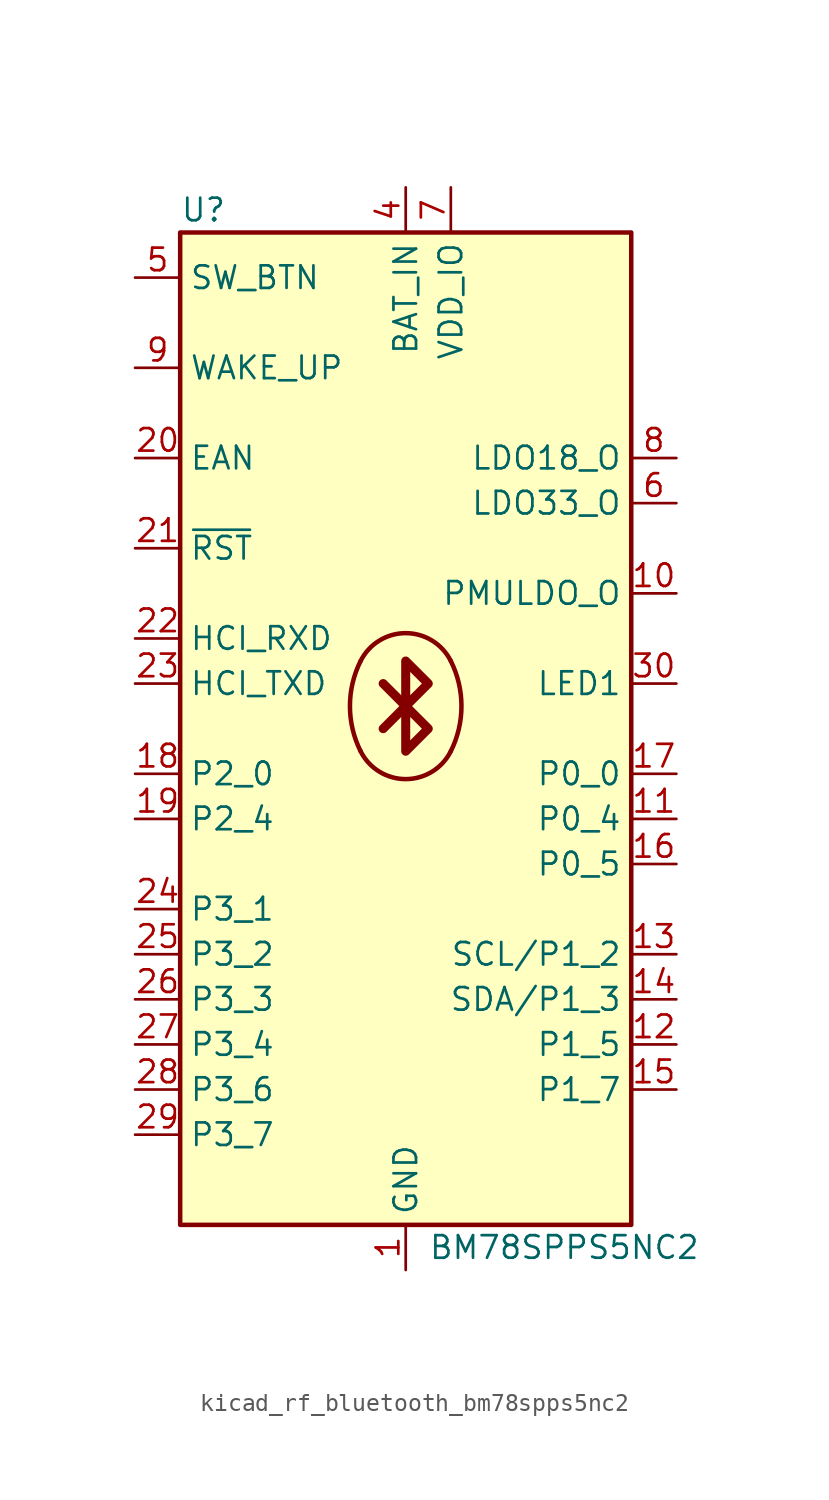
<source format=kicad_sym>
(kicad_symbol_lib
  (version 20220914)
  (generator kicad_symbol_editor)
  (symbol "kicad_rf_bluetooth_bm78spps5nc2"
    (property "Reference" "U"
      (at -12.7 29.21 0)
      (effects (font (size 1.27 1.27)) (justify left)))
    (property "Value" "BM78SPPS5NC2"
      (at 1.27 -29.21 0)
      (effects (font (size 1.27 1.27)) (justify left)))
    (symbol "kicad_rf_bluetooth_bm78spps5nc2_0_1"
      (rectangle (start -12.7 27.94) (end 12.7 -27.94) (stroke (width 0.254) (type default)) (fill (type background)))
      (arc (start -2.54 -1.27) (mid 0 -2.8398) (end 2.54 -1.27) (stroke (width 0.254) (type default)) (fill (type background)))
      (arc (start -2.54 3.81) (mid -3.1396 1.27) (end -2.54 -1.27) (stroke (width 0.254) (type default)) (fill (type background)))
      (polyline (pts (xy 0 1.27) (xy -1.27 0)) (stroke (width 0.508) (type default)) (fill (type none)))
      (polyline (pts (xy 0 1.27) (xy -1.27 2.54)) (stroke (width 0.508) (type default)) (fill (type none)))
      (polyline (pts (xy 0 3.81) (xy 1.27 2.54) (xy 0 1.27) (xy 1.27 0) (xy 0 -1.27) (xy 0 3.81)) (stroke (width 0.508) (type default)) (fill (type none)))
      (arc (start 2.54 -1.27) (mid 3.1396 1.27) (end 2.54 3.81) (stroke (width 0.254) (type default)) (fill (type background)))
      (arc (start 2.54 3.81) (mid 0 5.3798) (end -2.54 3.81) (stroke (width 0.254) (type default)) (fill (type background))))
    (symbol "kicad_rf_bluetooth_bm78spps5nc2_1_1"
      (pin power_in line (at 0 -30.48 90) (length 2.54) (name "GND" (effects (font (size 1.27 1.27)))) (number "1" (effects (font (size 1.27 1.27)))))
      (pin passive line (at 15.24 7.62 180) (length 2.54) (name "PMULDO_O" (effects (font (size 1.27 1.27)))) (number "10" (effects (font (size 1.27 1.27)))))
      (pin output line (at 15.24 -5.08 180) (length 2.54) (name "P0_4" (effects (font (size 1.27 1.27)))) (number "11" (effects (font (size 1.27 1.27)))))
      (pin output line (at 15.24 -17.78 180) (length 2.54) (name "P1_5" (effects (font (size 1.27 1.27)))) (number "12" (effects (font (size 1.27 1.27)))))
      (pin output line (at 15.24 -12.7 180) (length 2.54) (name "SCL/P1_2" (effects (font (size 1.27 1.27)))) (number "13" (effects (font (size 1.27 1.27)))))
      (pin bidirectional line (at 15.24 -15.24 180) (length 2.54) (name "SDA/P1_3" (effects (font (size 1.27 1.27)))) (number "14" (effects (font (size 1.27 1.27)))))
      (pin bidirectional line (at 15.24 -20.32 180) (length 2.54) (name "P1_7" (effects (font (size 1.27 1.27)))) (number "15" (effects (font (size 1.27 1.27)))))
      (pin bidirectional line (at 15.24 -7.62 180) (length 2.54) (name "P0_5" (effects (font (size 1.27 1.27)))) (number "16" (effects (font (size 1.27 1.27)))))
      (pin bidirectional line (at 15.24 -2.54 180) (length 2.54) (name "P0_0" (effects (font (size 1.27 1.27)))) (number "17" (effects (font (size 1.27 1.27)))))
      (pin input line (at -15.24 -2.54 0) (length 2.54) (name "P2_0" (effects (font (size 1.27 1.27)))) (number "18" (effects (font (size 1.27 1.27)))))
      (pin input line (at -15.24 -5.08 0) (length 2.54) (name "P2_4" (effects (font (size 1.27 1.27)))) (number "19" (effects (font (size 1.27 1.27)))))
      (pin passive line (at 0 -30.48 90) (length 2.54) hide (name "GND" (effects (font (size 1.27 1.27)))) (number "2" (effects (font (size 1.27 1.27)))))
      (pin input line (at -15.24 15.24 0) (length 2.54) (name "EAN" (effects (font (size 1.27 1.27)))) (number "20" (effects (font (size 1.27 1.27)))))
      (pin input line (at -15.24 10.16 0) (length 2.54) (name "~{RST}" (effects (font (size 1.27 1.27)))) (number "21" (effects (font (size 1.27 1.27)))))
      (pin input line (at -15.24 5.08 0) (length 2.54) (name "HCI_RXD" (effects (font (size 1.27 1.27)))) (number "22" (effects (font (size 1.27 1.27)))))
      (pin output line (at -15.24 2.54 0) (length 2.54) (name "HCI_TXD" (effects (font (size 1.27 1.27)))) (number "23" (effects (font (size 1.27 1.27)))))
      (pin bidirectional line (at -15.24 -10.16 0) (length 2.54) (name "P3_1" (effects (font (size 1.27 1.27)))) (number "24" (effects (font (size 1.27 1.27)))))
      (pin bidirectional line (at -15.24 -12.7 0) (length 2.54) (name "P3_2" (effects (font (size 1.27 1.27)))) (number "25" (effects (font (size 1.27 1.27)))))
      (pin bidirectional line (at -15.24 -15.24 0) (length 2.54) (name "P3_3" (effects (font (size 1.27 1.27)))) (number "26" (effects (font (size 1.27 1.27)))))
      (pin bidirectional line (at -15.24 -17.78 0) (length 2.54) (name "P3_4" (effects (font (size 1.27 1.27)))) (number "27" (effects (font (size 1.27 1.27)))))
      (pin bidirectional line (at -15.24 -20.32 0) (length 2.54) (name "P3_6" (effects (font (size 1.27 1.27)))) (number "28" (effects (font (size 1.27 1.27)))))
      (pin bidirectional line (at -15.24 -22.86 0) (length 2.54) (name "P3_7" (effects (font (size 1.27 1.27)))) (number "29" (effects (font (size 1.27 1.27)))))
      (pin passive line (at 0 -30.48 90) (length 2.54) hide (name "GND" (effects (font (size 1.27 1.27)))) (number "3" (effects (font (size 1.27 1.27)))))
      (pin output line (at 15.24 2.54 180) (length 2.54) (name "LED1" (effects (font (size 1.27 1.27)))) (number "30" (effects (font (size 1.27 1.27)))))
      (pin passive line (at 0 -30.48 90) (length 2.54) hide (name "GND" (effects (font (size 1.27 1.27)))) (number "31" (effects (font (size 1.27 1.27)))))
      (pin passive line (at 0 -30.48 90) (length 2.54) hide (name "GND" (effects (font (size 1.27 1.27)))) (number "32" (effects (font (size 1.27 1.27)))))
      (pin passive line (at 0 -30.48 90) (length 2.54) hide (name "GND" (effects (font (size 1.27 1.27)))) (number "33" (effects (font (size 1.27 1.27)))))
      (pin power_in line (at 0 30.48 270) (length 2.54) (name "BAT_IN" (effects (font (size 1.27 1.27)))) (number "4" (effects (font (size 1.27 1.27)))))
      (pin input line (at -15.24 25.4 0) (length 2.54) (name "SW_BTN" (effects (font (size 1.27 1.27)))) (number "5" (effects (font (size 1.27 1.27)))))
      (pin power_out line (at 15.24 12.7 180) (length 2.54) (name "LDO33_O" (effects (font (size 1.27 1.27)))) (number "6" (effects (font (size 1.27 1.27)))))
      (pin power_in line (at 2.54 30.48 270) (length 2.54) (name "VDD_IO" (effects (font (size 1.27 1.27)))) (number "7" (effects (font (size 1.27 1.27)))))
      (pin power_out line (at 15.24 15.24 180) (length 2.54) (name "LDO18_O" (effects (font (size 1.27 1.27)))) (number "8" (effects (font (size 1.27 1.27)))))
      (pin input line (at -15.24 20.32 0) (length 2.54) (name "WAKE_UP" (effects (font (size 1.27 1.27)))) (number "9" (effects (font (size 1.27 1.27))))))))
</source>
